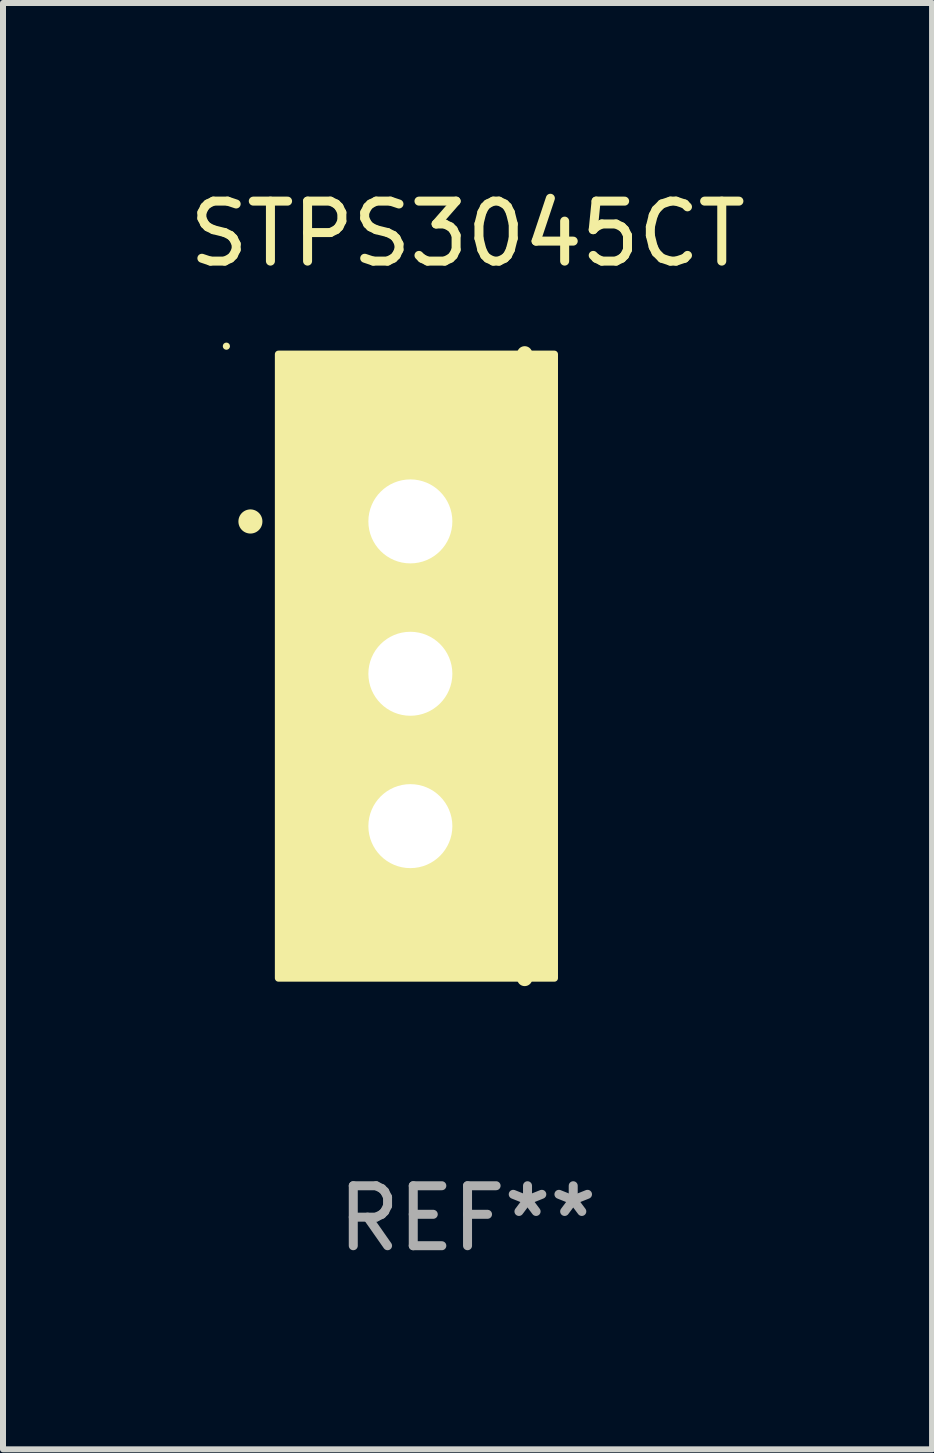
<source format=kicad_pcb>
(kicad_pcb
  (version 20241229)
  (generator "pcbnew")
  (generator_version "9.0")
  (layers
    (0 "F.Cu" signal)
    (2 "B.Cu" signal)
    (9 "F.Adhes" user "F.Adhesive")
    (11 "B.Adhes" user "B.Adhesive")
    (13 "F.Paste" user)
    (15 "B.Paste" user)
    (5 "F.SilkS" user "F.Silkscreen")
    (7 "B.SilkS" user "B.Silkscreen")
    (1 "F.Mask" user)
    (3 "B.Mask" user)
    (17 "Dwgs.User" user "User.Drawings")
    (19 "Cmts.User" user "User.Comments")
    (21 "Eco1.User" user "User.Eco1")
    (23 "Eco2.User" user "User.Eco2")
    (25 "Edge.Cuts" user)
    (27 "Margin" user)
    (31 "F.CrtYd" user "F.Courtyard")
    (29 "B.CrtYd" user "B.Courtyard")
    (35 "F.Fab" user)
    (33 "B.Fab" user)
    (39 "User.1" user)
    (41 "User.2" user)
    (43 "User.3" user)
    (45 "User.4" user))
  (footprint "STPS3045CT"
    (layer "F.Cu")
    (at 4.744 8.055)
    (property "Reference" "STPS3045CT" (at 0 -7.207 0) (layer "F.SilkS") (effects (font (size 1 1) (thickness 0.15))))
    (attr through_hole)
    (fp_line (start 0.953 5.207) (end 0.953 -5.207) (stroke (width 0.254) (type solid)) (layer "F.SilkS"))
    (fp_arc (start -3.619507 -2.410465) (mid -3.619511 -2.411735) (end -3.619507 -2.413005) (stroke (width 0.4) (type solid)) (layer "F.SilkS"))
    (fp_circle (center -4.02 -5.334) (end -3.99 -5.334) (stroke (width 0.06) (type solid)) (fill no) (layer "F.SilkS"))
    (fp_poly (pts (xy -3.152 -5.2) (xy 1.448 -5.2) (xy 1.448 5.2) (xy -3.152 5.2)) (stroke (width 0.12) (type solid)) (fill yes) (layer "F.SilkS"))
    (fp_text user "REF**" (at 0 9.207 0) (layer "F.Fab") (effects (font (size 1 1) (thickness 0.15))))
    (pad "1" thru_hole rect (at -0.953 -2.413 270) (size 2 2.5) (drill 1.4) (layers "*.Cu" "*.Mask"))
    (pad "2" thru_hole oval (at -0.953 0.127 270) (size 2 2.5) (drill 1.4) (layers "*.Cu" "*.Mask"))
    (pad "3" thru_hole oval (at -0.953 2.667 270) (size 2 2.5) (drill 1.4) (layers "*.Cu" "*.Mask")))
  (gr_rect
    (start -3 -3)
    (end 12.488 21.111)
    (stroke (width 0.1) (type default))
    (fill no)
    (layer "Edge.Cuts")))
</source>
